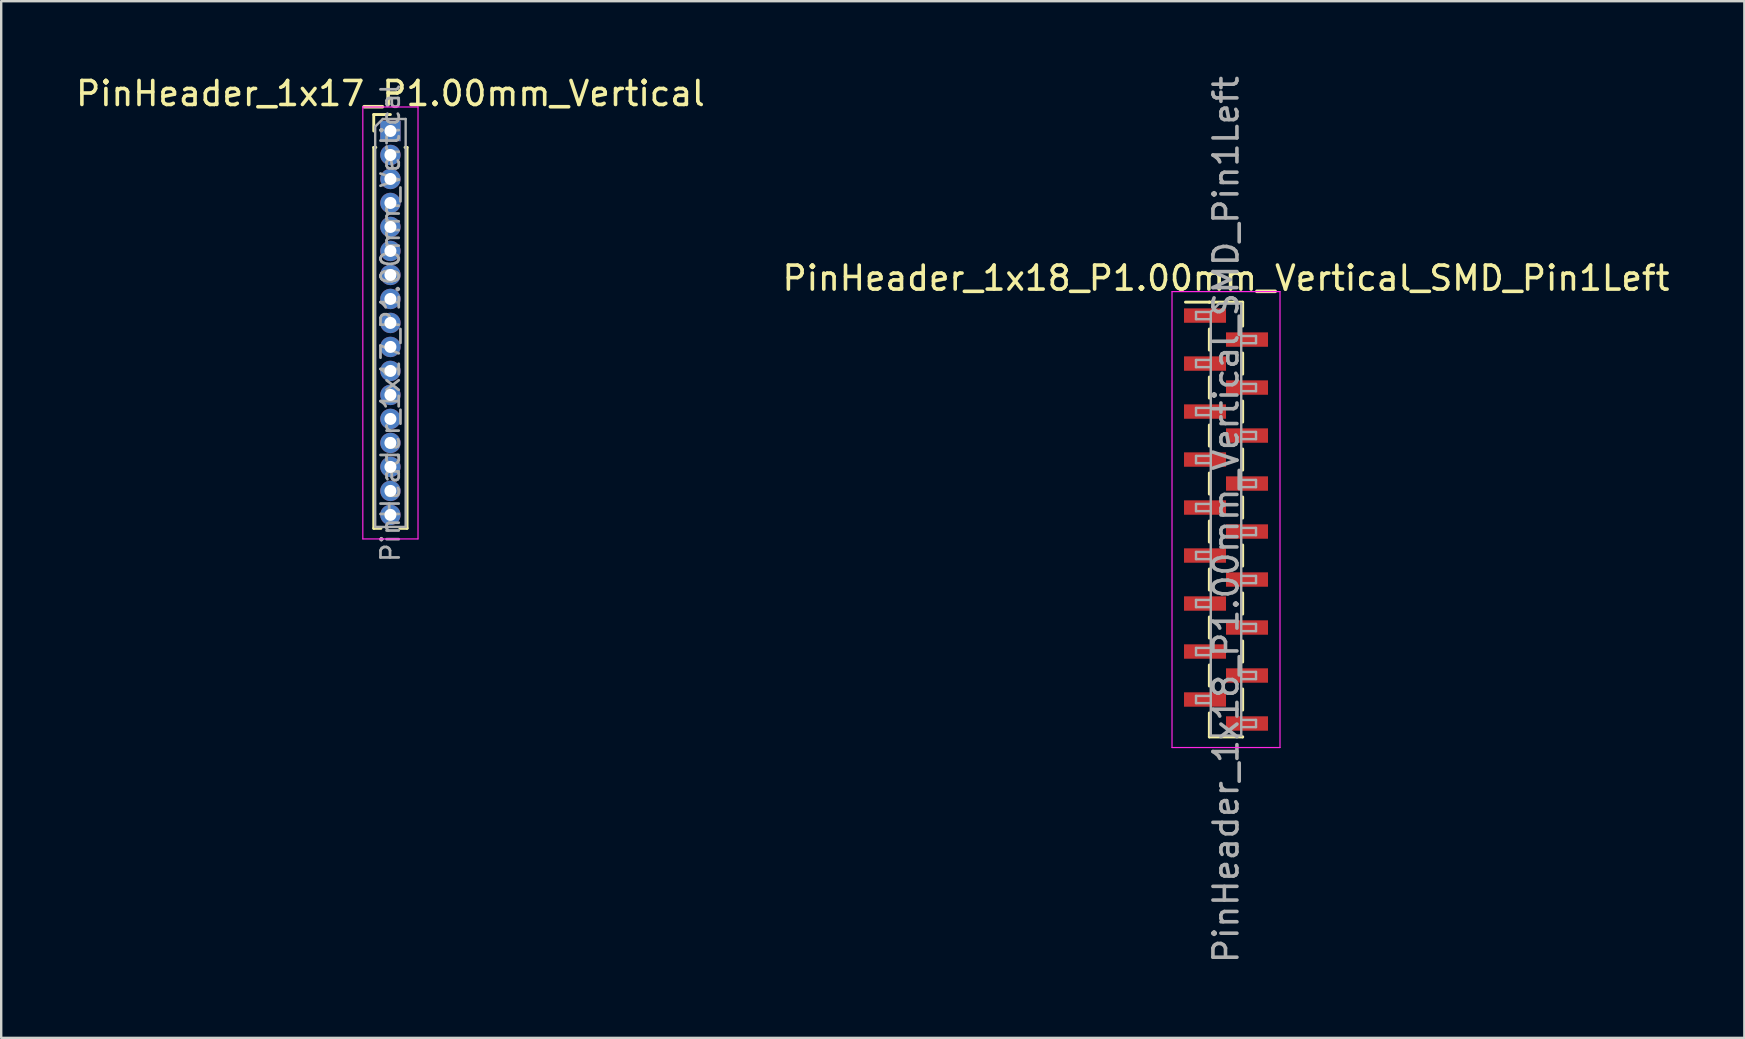
<source format=kicad_pcb>
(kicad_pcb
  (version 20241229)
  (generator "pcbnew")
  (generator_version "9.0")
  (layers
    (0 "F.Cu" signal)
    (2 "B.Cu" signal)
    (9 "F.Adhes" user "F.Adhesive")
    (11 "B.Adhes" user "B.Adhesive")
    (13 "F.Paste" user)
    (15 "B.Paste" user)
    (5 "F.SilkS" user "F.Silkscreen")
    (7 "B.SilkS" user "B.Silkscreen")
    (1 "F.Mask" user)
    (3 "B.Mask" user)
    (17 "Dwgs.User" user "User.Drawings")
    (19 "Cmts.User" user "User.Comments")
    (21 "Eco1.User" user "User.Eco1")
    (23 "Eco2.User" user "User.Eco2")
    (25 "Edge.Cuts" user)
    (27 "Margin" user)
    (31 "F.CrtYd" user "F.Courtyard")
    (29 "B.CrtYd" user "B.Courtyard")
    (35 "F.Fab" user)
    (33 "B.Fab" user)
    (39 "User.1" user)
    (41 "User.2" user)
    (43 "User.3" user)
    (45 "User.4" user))
  (footprint "PinHeader_1x18_P1.00mm_Vertical_SMD_Pin1Left"
    (layer "F.Cu")
    (at 48.042 18.601)
    (property "Reference" "PinHeader_1x18_P1.00mm_Vertical_SMD_Pin1Left" (at 0 -10.06 0) (layer "F.SilkS") (effects (font (size 1 1) (thickness 0.15))))
    (attr smd)
    (fp_line (start -0.695 -9.06) (end -1.69 -9.06) (stroke (width 0.12) (type solid)) (layer "F.SilkS"))
    (fp_line (start -0.695 -9.06) (end -0.695 -9.06) (stroke (width 0.12) (type solid)) (layer "F.SilkS"))
    (fp_line (start -0.695 -9.06) (end 0.695 -9.06) (stroke (width 0.12) (type solid)) (layer "F.SilkS"))
    (fp_line (start -0.695 -7.94) (end -0.695 -7.06) (stroke (width 0.12) (type solid)) (layer "F.SilkS"))
    (fp_line (start -0.695 -5.94) (end -0.695 -5.06) (stroke (width 0.12) (type solid)) (layer "F.SilkS"))
    (fp_line (start -0.695 -3.94) (end -0.695 -3.06) (stroke (width 0.12) (type solid)) (layer "F.SilkS"))
    (fp_line (start -0.695 -1.94) (end -0.695 -1.06) (stroke (width 0.12) (type solid)) (layer "F.SilkS"))
    (fp_line (start -0.695 0.06) (end -0.695 0.94) (stroke (width 0.12) (type solid)) (layer "F.SilkS"))
    (fp_line (start -0.695 2.06) (end -0.695 2.94) (stroke (width 0.12) (type solid)) (layer "F.SilkS"))
    (fp_line (start -0.695 4.06) (end -0.695 4.94) (stroke (width 0.12) (type solid)) (layer "F.SilkS"))
    (fp_line (start -0.695 6.06) (end -0.695 6.94) (stroke (width 0.12) (type solid)) (layer "F.SilkS"))
    (fp_line (start -0.695 8.06) (end -0.695 9.06) (stroke (width 0.12) (type solid)) (layer "F.SilkS"))
    (fp_line (start -0.695 9.06) (end 0.695 9.06) (stroke (width 0.12) (type solid)) (layer "F.SilkS"))
    (fp_line (start 0.695 -9.06) (end 0.695 -8.06) (stroke (width 0.12) (type solid)) (layer "F.SilkS"))
    (fp_line (start 0.695 -6.94) (end 0.695 -6.06) (stroke (width 0.12) (type solid)) (layer "F.SilkS"))
    (fp_line (start 0.695 -4.94) (end 0.695 -4.06) (stroke (width 0.12) (type solid)) (layer "F.SilkS"))
    (fp_line (start 0.695 -2.94) (end 0.695 -2.06) (stroke (width 0.12) (type solid)) (layer "F.SilkS"))
    (fp_line (start 0.695 -0.94) (end 0.695 -0.06) (stroke (width 0.12) (type solid)) (layer "F.SilkS"))
    (fp_line (start 0.695 1.06) (end 0.695 1.94) (stroke (width 0.12) (type solid)) (layer "F.SilkS"))
    (fp_line (start 0.695 3.06) (end 0.695 3.94) (stroke (width 0.12) (type solid)) (layer "F.SilkS"))
    (fp_line (start 0.695 5.06) (end 0.695 5.94) (stroke (width 0.12) (type solid)) (layer "F.SilkS"))
    (fp_line (start 0.695 7.06) (end 0.695 7.94) (stroke (width 0.12) (type solid)) (layer "F.SilkS"))
    (fp_line (start 0.695 9.06) (end 0.695 9.06) (stroke (width 0.12) (type solid)) (layer "F.SilkS"))
    (fp_line (start -2.25 -9.5) (end -2.25 9.5) (stroke (width 0.05) (type solid)) (layer "F.CrtYd"))
    (fp_line (start -2.25 9.5) (end 2.25 9.5) (stroke (width 0.05) (type solid)) (layer "F.CrtYd"))
    (fp_line (start 2.25 -9.5) (end -2.25 -9.5) (stroke (width 0.05) (type solid)) (layer "F.CrtYd"))
    (fp_line (start 2.25 9.5) (end 2.25 -9.5) (stroke (width 0.05) (type solid)) (layer "F.CrtYd"))
    (fp_line (start -1.25 -8.65) (end -1.25 -8.35) (stroke (width 0.1) (type solid)) (layer "F.Fab"))
    (fp_line (start -1.25 -8.35) (end -0.635 -8.35) (stroke (width 0.1) (type solid)) (layer "F.Fab"))
    (fp_line (start -1.25 -6.65) (end -1.25 -6.35) (stroke (width 0.1) (type solid)) (layer "F.Fab"))
    (fp_line (start -1.25 -6.35) (end -0.635 -6.35) (stroke (width 0.1) (type solid)) (layer "F.Fab"))
    (fp_line (start -1.25 -4.65) (end -1.25 -4.35) (stroke (width 0.1) (type solid)) (layer "F.Fab"))
    (fp_line (start -1.25 -4.35) (end -0.635 -4.35) (stroke (width 0.1) (type solid)) (layer "F.Fab"))
    (fp_line (start -1.25 -2.65) (end -1.25 -2.35) (stroke (width 0.1) (type solid)) (layer "F.Fab"))
    (fp_line (start -1.25 -2.35) (end -0.635 -2.35) (stroke (width 0.1) (type solid)) (layer "F.Fab"))
    (fp_line (start -1.25 -0.65) (end -1.25 -0.35) (stroke (width 0.1) (type solid)) (layer "F.Fab"))
    (fp_line (start -1.25 -0.35) (end -0.635 -0.35) (stroke (width 0.1) (type solid)) (layer "F.Fab"))
    (fp_line (start -1.25 1.35) (end -1.25 1.65) (stroke (width 0.1) (type solid)) (layer "F.Fab"))
    (fp_line (start -1.25 1.65) (end -0.635 1.65) (stroke (width 0.1) (type solid)) (layer "F.Fab"))
    (fp_line (start -1.25 3.35) (end -1.25 3.65) (stroke (width 0.1) (type solid)) (layer "F.Fab"))
    (fp_line (start -1.25 3.65) (end -0.635 3.65) (stroke (width 0.1) (type solid)) (layer "F.Fab"))
    (fp_line (start -1.25 5.35) (end -1.25 5.65) (stroke (width 0.1) (type solid)) (layer "F.Fab"))
    (fp_line (start -1.25 5.65) (end -0.635 5.65) (stroke (width 0.1) (type solid)) (layer "F.Fab"))
    (fp_line (start -1.25 7.35) (end -1.25 7.65) (stroke (width 0.1) (type solid)) (layer "F.Fab"))
    (fp_line (start -1.25 7.65) (end -0.635 7.65) (stroke (width 0.1) (type solid)) (layer "F.Fab"))
    (fp_line (start -0.635 -8.65) (end -1.25 -8.65) (stroke (width 0.1) (type solid)) (layer "F.Fab"))
    (fp_line (start -0.635 -8.65) (end -0.285 -9) (stroke (width 0.1) (type solid)) (layer "F.Fab"))
    (fp_line (start -0.635 -6.65) (end -1.25 -6.65) (stroke (width 0.1) (type solid)) (layer "F.Fab"))
    (fp_line (start -0.635 -4.65) (end -1.25 -4.65) (stroke (width 0.1) (type solid)) (layer "F.Fab"))
    (fp_line (start -0.635 -2.65) (end -1.25 -2.65) (stroke (width 0.1) (type solid)) (layer "F.Fab"))
    (fp_line (start -0.635 -0.65) (end -1.25 -0.65) (stroke (width 0.1) (type solid)) (layer "F.Fab"))
    (fp_line (start -0.635 1.35) (end -1.25 1.35) (stroke (width 0.1) (type solid)) (layer "F.Fab"))
    (fp_line (start -0.635 3.35) (end -1.25 3.35) (stroke (width 0.1) (type solid)) (layer "F.Fab"))
    (fp_line (start -0.635 5.35) (end -1.25 5.35) (stroke (width 0.1) (type solid)) (layer "F.Fab"))
    (fp_line (start -0.635 7.35) (end -1.25 7.35) (stroke (width 0.1) (type solid)) (layer "F.Fab"))
    (fp_line (start -0.635 9) (end -0.635 -8.65) (stroke (width 0.1) (type solid)) (layer "F.Fab"))
    (fp_line (start -0.285 -9) (end 0.635 -9) (stroke (width 0.1) (type solid)) (layer "F.Fab"))
    (fp_line (start 0.635 -9) (end 0.635 9) (stroke (width 0.1) (type solid)) (layer "F.Fab"))
    (fp_line (start 0.635 -7.65) (end 1.25 -7.65) (stroke (width 0.1) (type solid)) (layer "F.Fab"))
    (fp_line (start 0.635 -5.65) (end 1.25 -5.65) (stroke (width 0.1) (type solid)) (layer "F.Fab"))
    (fp_line (start 0.635 -3.65) (end 1.25 -3.65) (stroke (width 0.1) (type solid)) (layer "F.Fab"))
    (fp_line (start 0.635 -1.65) (end 1.25 -1.65) (stroke (width 0.1) (type solid)) (layer "F.Fab"))
    (fp_line (start 0.635 0.35) (end 1.25 0.35) (stroke (width 0.1) (type solid)) (layer "F.Fab"))
    (fp_line (start 0.635 2.35) (end 1.25 2.35) (stroke (width 0.1) (type solid)) (layer "F.Fab"))
    (fp_line (start 0.635 4.35) (end 1.25 4.35) (stroke (width 0.1) (type solid)) (layer "F.Fab"))
    (fp_line (start 0.635 6.35) (end 1.25 6.35) (stroke (width 0.1) (type solid)) (layer "F.Fab"))
    (fp_line (start 0.635 8.35) (end 1.25 8.35) (stroke (width 0.1) (type solid)) (layer "F.Fab"))
    (fp_line (start 0.635 9) (end -0.635 9) (stroke (width 0.1) (type solid)) (layer "F.Fab"))
    (fp_line (start 1.25 -7.65) (end 1.25 -7.35) (stroke (width 0.1) (type solid)) (layer "F.Fab"))
    (fp_line (start 1.25 -7.35) (end 0.635 -7.35) (stroke (width 0.1) (type solid)) (layer "F.Fab"))
    (fp_line (start 1.25 -5.65) (end 1.25 -5.35) (stroke (width 0.1) (type solid)) (layer "F.Fab"))
    (fp_line (start 1.25 -5.35) (end 0.635 -5.35) (stroke (width 0.1) (type solid)) (layer "F.Fab"))
    (fp_line (start 1.25 -3.65) (end 1.25 -3.35) (stroke (width 0.1) (type solid)) (layer "F.Fab"))
    (fp_line (start 1.25 -3.35) (end 0.635 -3.35) (stroke (width 0.1) (type solid)) (layer "F.Fab"))
    (fp_line (start 1.25 -1.65) (end 1.25 -1.35) (stroke (width 0.1) (type solid)) (layer "F.Fab"))
    (fp_line (start 1.25 -1.35) (end 0.635 -1.35) (stroke (width 0.1) (type solid)) (layer "F.Fab"))
    (fp_line (start 1.25 0.35) (end 1.25 0.65) (stroke (width 0.1) (type solid)) (layer "F.Fab"))
    (fp_line (start 1.25 0.65) (end 0.635 0.65) (stroke (width 0.1) (type solid)) (layer "F.Fab"))
    (fp_line (start 1.25 2.35) (end 1.25 2.65) (stroke (width 0.1) (type solid)) (layer "F.Fab"))
    (fp_line (start 1.25 2.65) (end 0.635 2.65) (stroke (width 0.1) (type solid)) (layer "F.Fab"))
    (fp_line (start 1.25 4.35) (end 1.25 4.65) (stroke (width 0.1) (type solid)) (layer "F.Fab"))
    (fp_line (start 1.25 4.65) (end 0.635 4.65) (stroke (width 0.1) (type solid)) (layer "F.Fab"))
    (fp_line (start 1.25 6.35) (end 1.25 6.65) (stroke (width 0.1) (type solid)) (layer "F.Fab"))
    (fp_line (start 1.25 6.65) (end 0.635 6.65) (stroke (width 0.1) (type solid)) (layer "F.Fab"))
    (fp_line (start 1.25 8.35) (end 1.25 8.65) (stroke (width 0.1) (type solid)) (layer "F.Fab"))
    (fp_line (start 1.25 8.65) (end 0.635 8.65) (stroke (width 0.1) (type solid)) (layer "F.Fab"))
    (fp_text user "${REFERENCE}" (at 0 0 90) (layer "F.Fab") (effects (font (size 1 1) (thickness 0.15))))
    (pad "1" smd rect (at -0.875 -8.5) (size 1.75 0.6) (layers "F.Cu" "F.Mask" "F.Paste"))
    (pad "2" smd rect (at 0.875 -7.5) (size 1.75 0.6) (layers "F.Cu" "F.Mask" "F.Paste"))
    (pad "3" smd rect (at -0.875 -6.5) (size 1.75 0.6) (layers "F.Cu" "F.Mask" "F.Paste"))
    (pad "4" smd rect (at 0.875 -5.5) (size 1.75 0.6) (layers "F.Cu" "F.Mask" "F.Paste"))
    (pad "5" smd rect (at -0.875 -4.5) (size 1.75 0.6) (layers "F.Cu" "F.Mask" "F.Paste"))
    (pad "6" smd rect (at 0.875 -3.5) (size 1.75 0.6) (layers "F.Cu" "F.Mask" "F.Paste"))
    (pad "7" smd rect (at -0.875 -2.5) (size 1.75 0.6) (layers "F.Cu" "F.Mask" "F.Paste"))
    (pad "8" smd rect (at 0.875 -1.5) (size 1.75 0.6) (layers "F.Cu" "F.Mask" "F.Paste"))
    (pad "9" smd rect (at -0.875 -0.5) (size 1.75 0.6) (layers "F.Cu" "F.Mask" "F.Paste"))
    (pad "10" smd rect (at 0.875 0.5) (size 1.75 0.6) (layers "F.Cu" "F.Mask" "F.Paste"))
    (pad "11" smd rect (at -0.875 1.5) (size 1.75 0.6) (layers "F.Cu" "F.Mask" "F.Paste"))
    (pad "12" smd rect (at 0.875 2.5) (size 1.75 0.6) (layers "F.Cu" "F.Mask" "F.Paste"))
    (pad "13" smd rect (at -0.875 3.5) (size 1.75 0.6) (layers "F.Cu" "F.Mask" "F.Paste"))
    (pad "14" smd rect (at 0.875 4.5) (size 1.75 0.6) (layers "F.Cu" "F.Mask" "F.Paste"))
    (pad "15" smd rect (at -0.875 5.5) (size 1.75 0.6) (layers "F.Cu" "F.Mask" "F.Paste"))
    (pad "16" smd rect (at 0.875 6.5) (size 1.75 0.6) (layers "F.Cu" "F.Mask" "F.Paste"))
    (pad "17" smd rect (at -0.875 7.5) (size 1.75 0.6) (layers "F.Cu" "F.Mask" "F.Paste"))
    (pad "18" smd rect (at 0.875 8.5) (size 1.75 0.6) (layers "F.Cu" "F.Mask" "F.Paste")))
  (footprint "PinHeader_1x17_P1.00mm_Vertical"
    (layer "F.Cu")
    (at 13.22 2.408)
    (property "Reference" "PinHeader_1x17_P1.00mm_Vertical" (at 0 -1.56 0) (layer "F.SilkS") (effects (font (size 1 1) (thickness 0.15))))
    (attr through_hole)
    (fp_line (start -0.695 -0.685) (end 0 -0.685) (stroke (width 0.12) (type solid)) (layer "F.SilkS"))
    (fp_line (start -0.695 0) (end -0.695 -0.685) (stroke (width 0.12) (type solid)) (layer "F.SilkS"))
    (fp_line (start -0.695 0.685) (end -0.695 16.56) (stroke (width 0.12) (type solid)) (layer "F.SilkS"))
    (fp_line (start -0.695 0.685) (end -0.608 0.685) (stroke (width 0.12) (type solid)) (layer "F.SilkS"))
    (fp_line (start -0.695 16.56) (end -0.394 16.56) (stroke (width 0.12) (type solid)) (layer "F.SilkS"))
    (fp_line (start 0.394 16.56) (end 0.695 16.56) (stroke (width 0.12) (type solid)) (layer "F.SilkS"))
    (fp_line (start 0.608 0.685) (end 0.695 0.685) (stroke (width 0.12) (type solid)) (layer "F.SilkS"))
    (fp_line (start 0.695 0.685) (end 0.695 16.56) (stroke (width 0.12) (type solid)) (layer "F.SilkS"))
    (fp_line (start -1.15 -1) (end -1.15 17) (stroke (width 0.05) (type solid)) (layer "F.CrtYd"))
    (fp_line (start -1.15 17) (end 1.15 17) (stroke (width 0.05) (type solid)) (layer "F.CrtYd"))
    (fp_line (start 1.15 -1) (end -1.15 -1) (stroke (width 0.05) (type solid)) (layer "F.CrtYd"))
    (fp_line (start 1.15 17) (end 1.15 -1) (stroke (width 0.05) (type solid)) (layer "F.CrtYd"))
    (fp_line (start -0.635 -0.182) (end -0.318 -0.5) (stroke (width 0.1) (type solid)) (layer "F.Fab"))
    (fp_line (start -0.635 16.5) (end -0.635 -0.182) (stroke (width 0.1) (type solid)) (layer "F.Fab"))
    (fp_line (start -0.318 -0.5) (end 0.635 -0.5) (stroke (width 0.1) (type solid)) (layer "F.Fab"))
    (fp_line (start 0.635 -0.5) (end 0.635 16.5) (stroke (width 0.1) (type solid)) (layer "F.Fab"))
    (fp_line (start 0.635 16.5) (end -0.635 16.5) (stroke (width 0.1) (type solid)) (layer "F.Fab"))
    (fp_text user "${REFERENCE}" (at 0 8 90) (layer "F.Fab") (effects (font (size 0.76 0.76) (thickness 0.114))))
    (pad "1" thru_hole rect (at 0 0) (size 0.85 0.85) (drill 0.5) (layers "*.Cu" "*.Mask"))
    (pad "2" thru_hole oval (at 0 1) (size 0.85 0.85) (drill 0.5) (layers "*.Cu" "*.Mask"))
    (pad "3" thru_hole oval (at 0 2) (size 0.85 0.85) (drill 0.5) (layers "*.Cu" "*.Mask"))
    (pad "4" thru_hole oval (at 0 3) (size 0.85 0.85) (drill 0.5) (layers "*.Cu" "*.Mask"))
    (pad "5" thru_hole oval (at 0 4) (size 0.85 0.85) (drill 0.5) (layers "*.Cu" "*.Mask"))
    (pad "6" thru_hole oval (at 0 5) (size 0.85 0.85) (drill 0.5) (layers "*.Cu" "*.Mask"))
    (pad "7" thru_hole oval (at 0 6) (size 0.85 0.85) (drill 0.5) (layers "*.Cu" "*.Mask"))
    (pad "8" thru_hole oval (at 0 7) (size 0.85 0.85) (drill 0.5) (layers "*.Cu" "*.Mask"))
    (pad "9" thru_hole oval (at 0 8) (size 0.85 0.85) (drill 0.5) (layers "*.Cu" "*.Mask"))
    (pad "10" thru_hole oval (at 0 9) (size 0.85 0.85) (drill 0.5) (layers "*.Cu" "*.Mask"))
    (pad "11" thru_hole oval (at 0 10) (size 0.85 0.85) (drill 0.5) (layers "*.Cu" "*.Mask"))
    (pad "12" thru_hole oval (at 0 11) (size 0.85 0.85) (drill 0.5) (layers "*.Cu" "*.Mask"))
    (pad "13" thru_hole oval (at 0 12) (size 0.85 0.85) (drill 0.5) (layers "*.Cu" "*.Mask"))
    (pad "14" thru_hole oval (at 0 13) (size 0.85 0.85) (drill 0.5) (layers "*.Cu" "*.Mask"))
    (pad "15" thru_hole oval (at 0 14) (size 0.85 0.85) (drill 0.5) (layers "*.Cu" "*.Mask"))
    (pad "16" thru_hole oval (at 0 15) (size 0.85 0.85) (drill 0.5) (layers "*.Cu" "*.Mask"))
    (pad "17" thru_hole oval (at 0 16) (size 0.85 0.85) (drill 0.5) (layers "*.Cu" "*.Mask")))
  (gr_rect
    (start -3 -3)
    (end 69.643 40.202)
    (stroke (width 0.1) (type default))
    (fill no)
    (layer "Edge.Cuts")))
</source>
